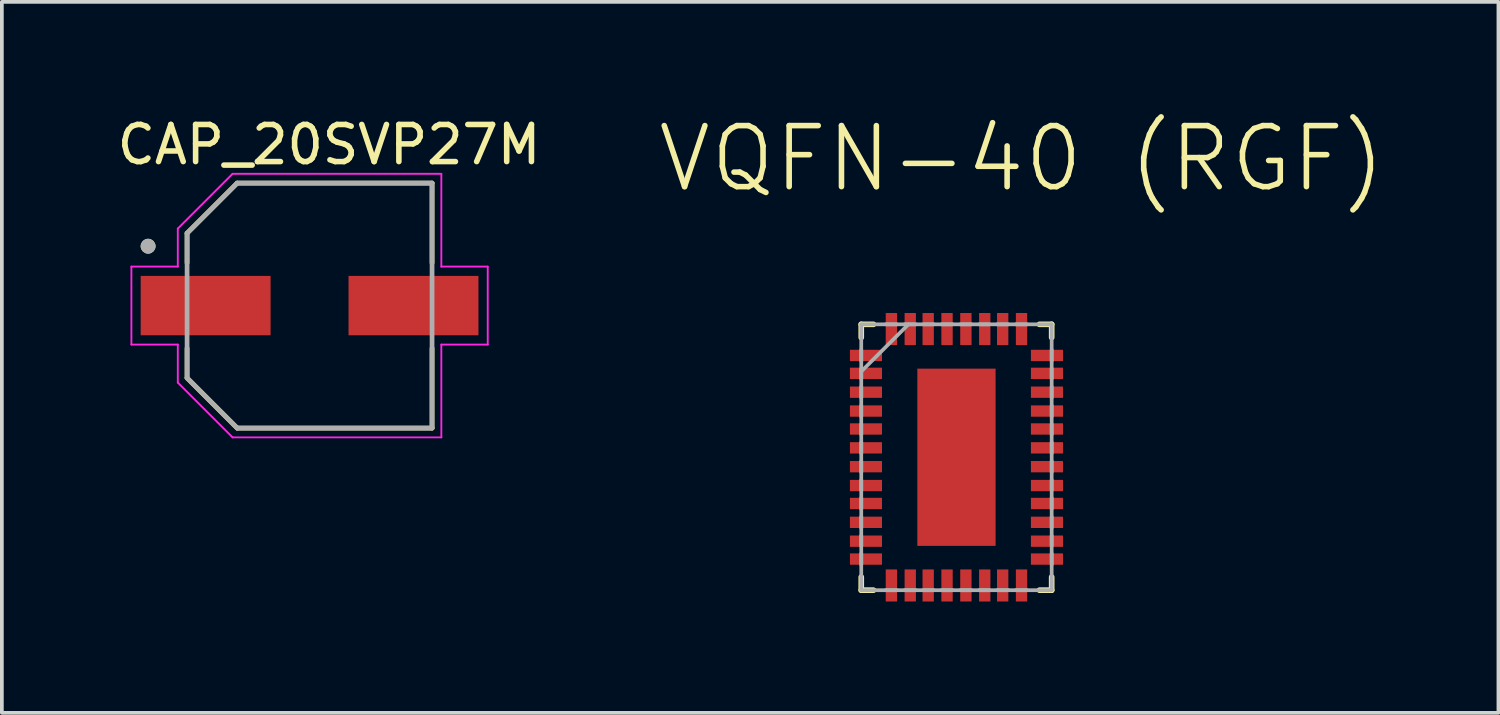
<source format=kicad_pcb>
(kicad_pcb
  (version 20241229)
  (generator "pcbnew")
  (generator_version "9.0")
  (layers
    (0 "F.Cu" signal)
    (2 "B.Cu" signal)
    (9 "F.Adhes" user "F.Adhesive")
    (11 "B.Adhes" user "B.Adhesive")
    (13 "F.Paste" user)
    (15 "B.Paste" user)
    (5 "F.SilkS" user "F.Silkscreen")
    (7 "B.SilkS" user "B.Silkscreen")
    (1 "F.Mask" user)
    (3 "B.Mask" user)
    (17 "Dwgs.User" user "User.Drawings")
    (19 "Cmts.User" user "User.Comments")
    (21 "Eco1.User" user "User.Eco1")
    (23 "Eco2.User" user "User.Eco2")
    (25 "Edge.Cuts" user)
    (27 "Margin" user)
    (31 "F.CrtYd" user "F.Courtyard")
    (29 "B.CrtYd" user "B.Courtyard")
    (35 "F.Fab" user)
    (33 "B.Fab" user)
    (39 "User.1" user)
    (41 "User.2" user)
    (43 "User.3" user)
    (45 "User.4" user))
  (footprint "CAP_20SVP27M"
    (layer "F.Cu")
    (at 5.29 5.183)
    (property "Reference" "CAP_20SVP27M" (at 0.525 -4.335 0) (layer "F.SilkS") (effects (font (size 1 1) (thickness 0.15))))
    (attr smd)
    (fp_line (start -3.3 -1.95) (end -1.95 -3.3) (stroke (width 0.127) (type solid)) (layer "F.SilkS"))
    (fp_line (start -3.3 -1.15) (end -3.3 -1.95) (stroke (width 0.127) (type solid)) (layer "F.SilkS"))
    (fp_line (start -3.3 1.15) (end -3.3 1.95) (stroke (width 0.127) (type solid)) (layer "F.SilkS"))
    (fp_line (start -3.3 1.95) (end -1.95 3.3) (stroke (width 0.127) (type solid)) (layer "F.SilkS"))
    (fp_line (start -1.95 -3.3) (end 3.3 -3.3) (stroke (width 0.127) (type solid)) (layer "F.SilkS"))
    (fp_line (start -1.95 3.3) (end 3.3 3.3) (stroke (width 0.127) (type solid)) (layer "F.SilkS"))
    (fp_line (start 3.3 -3.3) (end 3.3 -1.15) (stroke (width 0.127) (type solid)) (layer "F.SilkS"))
    (fp_line (start 3.3 3.3) (end 3.3 1.15) (stroke (width 0.127) (type solid)) (layer "F.SilkS"))
    (fp_circle (center -4.35 -1.6) (end -4.25 -1.6) (stroke (width 0.2) (type solid)) (fill no) (layer "F.SilkS"))
    (fp_line (start -4.8 -1.05) (end -3.55 -1.05) (stroke (width 0.05) (type solid)) (layer "F.CrtYd"))
    (fp_line (start -4.8 1.05) (end -4.8 -1.05) (stroke (width 0.05) (type solid)) (layer "F.CrtYd"))
    (fp_line (start -3.55 -2.075) (end -2.075 -3.55) (stroke (width 0.05) (type solid)) (layer "F.CrtYd"))
    (fp_line (start -3.55 -1.05) (end -3.55 -2.075) (stroke (width 0.05) (type solid)) (layer "F.CrtYd"))
    (fp_line (start -3.55 1.05) (end -4.8 1.05) (stroke (width 0.05) (type solid)) (layer "F.CrtYd"))
    (fp_line (start -3.55 2.075) (end -3.55 1.05) (stroke (width 0.05) (type solid)) (layer "F.CrtYd"))
    (fp_line (start -2.075 -3.55) (end 3.55 -3.55) (stroke (width 0.05) (type solid)) (layer "F.CrtYd"))
    (fp_line (start -2.075 3.55) (end -3.55 2.075) (stroke (width 0.05) (type solid)) (layer "F.CrtYd"))
    (fp_line (start 3.55 -3.55) (end 3.55 -1.05) (stroke (width 0.05) (type solid)) (layer "F.CrtYd"))
    (fp_line (start 3.55 -1.05) (end 4.8 -1.05) (stroke (width 0.05) (type solid)) (layer "F.CrtYd"))
    (fp_line (start 3.55 1.05) (end 3.55 3.55) (stroke (width 0.05) (type solid)) (layer "F.CrtYd"))
    (fp_line (start 3.55 3.55) (end -2.075 3.55) (stroke (width 0.05) (type solid)) (layer "F.CrtYd"))
    (fp_line (start 4.8 -1.05) (end 4.8 1.05) (stroke (width 0.05) (type solid)) (layer "F.CrtYd"))
    (fp_line (start 4.8 1.05) (end 3.55 1.05) (stroke (width 0.05) (type solid)) (layer "F.CrtYd"))
    (fp_line (start -3.3 -1.95) (end -1.95 -3.3) (stroke (width 0.127) (type solid)) (layer "F.Fab"))
    (fp_line (start -3.3 1.95) (end -3.3 -1.95) (stroke (width 0.127) (type solid)) (layer "F.Fab"))
    (fp_line (start -1.95 -3.3) (end 3.3 -3.3) (stroke (width 0.127) (type solid)) (layer "F.Fab"))
    (fp_line (start -1.95 3.3) (end -3.3 1.95) (stroke (width 0.127) (type solid)) (layer "F.Fab"))
    (fp_line (start 3.3 -3.3) (end 3.3 3.3) (stroke (width 0.127) (type solid)) (layer "F.Fab"))
    (fp_line (start 3.3 3.3) (end -1.95 3.3) (stroke (width 0.127) (type solid)) (layer "F.Fab"))
    (fp_circle (center -4.35 -1.6) (end -4.25 -1.6) (stroke (width 0.2) (type solid)) (fill no) (layer "F.Fab"))
    (pad "1" smd rect (at -2.8 0) (size 3.5 1.6) (layers "F.Cu" "F.Mask" "F.Paste"))
    (pad "2" smd rect (at 2.8 0) (size 3.5 1.6) (layers "F.Cu" "F.Mask" "F.Paste")))
  (footprint "VQFN-40 (RGF)"
    (layer "F.Cu")
    (at 22.718 9.269)
    (property "Reference" "VQFN-40 (RGF)" (at 1.756 -8.044 0) (layer "F.SilkS") (effects (font (size 1.644 1.644) (thickness 0.15))))
    (attr smd)
    (fp_line (start -2.565 -3.581) (end -2.565 -3.226) (stroke (width 0.152) (type solid)) (layer "F.SilkS"))
    (fp_line (start -2.565 3.226) (end -2.565 3.581) (stroke (width 0.152) (type solid)) (layer "F.SilkS"))
    (fp_line (start -2.565 3.581) (end -2.235 3.581) (stroke (width 0.152) (type solid)) (layer "F.SilkS"))
    (fp_line (start -2.235 -3.581) (end -2.565 -3.581) (stroke (width 0.152) (type solid)) (layer "F.SilkS"))
    (fp_line (start 2.235 3.581) (end 2.565 3.581) (stroke (width 0.152) (type solid)) (layer "F.SilkS"))
    (fp_line (start 2.565 -3.581) (end 2.235 -3.581) (stroke (width 0.152) (type solid)) (layer "F.SilkS"))
    (fp_line (start 2.565 -3.226) (end 2.565 -3.581) (stroke (width 0.152) (type solid)) (layer "F.SilkS"))
    (fp_line (start 2.565 3.581) (end 2.565 3.226) (stroke (width 0.152) (type solid)) (layer "F.SilkS"))
    (fp_line (start -2.565 -3.581) (end -2.565 3.581) (stroke (width 0.1) (type solid)) (layer "F.Fab"))
    (fp_line (start -2.565 -2.896) (end -2.565 -2.591) (stroke (width 0.1) (type solid)) (layer "F.Fab"))
    (fp_line (start -2.565 -2.388) (end -2.565 -2.108) (stroke (width 0.1) (type solid)) (layer "F.Fab"))
    (fp_line (start -2.565 -2.311) (end -1.295 -3.581) (stroke (width 0.1) (type solid)) (layer "F.Fab"))
    (fp_line (start -2.565 -1.905) (end -2.565 -1.6) (stroke (width 0.1) (type solid)) (layer "F.Fab"))
    (fp_line (start -2.565 -1.397) (end -2.565 -1.092) (stroke (width 0.1) (type solid)) (layer "F.Fab"))
    (fp_line (start -2.565 -0.889) (end -2.565 -0.61) (stroke (width 0.1) (type solid)) (layer "F.Fab"))
    (fp_line (start -2.565 -0.406) (end -2.565 -0.102) (stroke (width 0.1) (type solid)) (layer "F.Fab"))
    (fp_line (start -2.565 0.102) (end -2.565 0.406) (stroke (width 0.1) (type solid)) (layer "F.Fab"))
    (fp_line (start -2.565 0.61) (end -2.565 0.889) (stroke (width 0.1) (type solid)) (layer "F.Fab"))
    (fp_line (start -2.565 1.092) (end -2.565 1.397) (stroke (width 0.1) (type solid)) (layer "F.Fab"))
    (fp_line (start -2.565 1.6) (end -2.565 1.905) (stroke (width 0.1) (type solid)) (layer "F.Fab"))
    (fp_line (start -2.565 2.108) (end -2.565 2.388) (stroke (width 0.1) (type solid)) (layer "F.Fab"))
    (fp_line (start -2.565 2.591) (end -2.565 2.896) (stroke (width 0.1) (type solid)) (layer "F.Fab"))
    (fp_line (start -2.565 3.581) (end 2.565 3.581) (stroke (width 0.1) (type solid)) (layer "F.Fab"))
    (fp_line (start -1.905 3.581) (end -1.6 3.581) (stroke (width 0.1) (type solid)) (layer "F.Fab"))
    (fp_line (start -1.6 -3.581) (end -1.905 -3.581) (stroke (width 0.1) (type solid)) (layer "F.Fab"))
    (fp_line (start -1.397 3.581) (end -1.092 3.581) (stroke (width 0.1) (type solid)) (layer "F.Fab"))
    (fp_line (start -1.092 -3.581) (end -1.397 -3.581) (stroke (width 0.1) (type solid)) (layer "F.Fab"))
    (fp_line (start -0.889 3.581) (end -0.61 3.581) (stroke (width 0.1) (type solid)) (layer "F.Fab"))
    (fp_line (start -0.61 -3.581) (end -0.889 -3.581) (stroke (width 0.1) (type solid)) (layer "F.Fab"))
    (fp_line (start -0.406 3.581) (end -0.102 3.581) (stroke (width 0.1) (type solid)) (layer "F.Fab"))
    (fp_line (start -0.102 -3.581) (end -0.406 -3.581) (stroke (width 0.1) (type solid)) (layer "F.Fab"))
    (fp_line (start 0.102 3.581) (end 0.406 3.581) (stroke (width 0.1) (type solid)) (layer "F.Fab"))
    (fp_line (start 0.406 -3.581) (end 0.102 -3.581) (stroke (width 0.1) (type solid)) (layer "F.Fab"))
    (fp_line (start 0.61 3.581) (end 0.889 3.581) (stroke (width 0.1) (type solid)) (layer "F.Fab"))
    (fp_line (start 0.889 -3.581) (end 0.61 -3.581) (stroke (width 0.1) (type solid)) (layer "F.Fab"))
    (fp_line (start 1.092 3.581) (end 1.397 3.581) (stroke (width 0.1) (type solid)) (layer "F.Fab"))
    (fp_line (start 1.397 -3.581) (end 1.092 -3.581) (stroke (width 0.1) (type solid)) (layer "F.Fab"))
    (fp_line (start 1.6 3.581) (end 1.905 3.581) (stroke (width 0.1) (type solid)) (layer "F.Fab"))
    (fp_line (start 1.905 -3.581) (end 1.6 -3.581) (stroke (width 0.1) (type solid)) (layer "F.Fab"))
    (fp_line (start 2.565 -3.581) (end -2.565 -3.581) (stroke (width 0.1) (type solid)) (layer "F.Fab"))
    (fp_line (start 2.565 -2.591) (end 2.565 -2.896) (stroke (width 0.1) (type solid)) (layer "F.Fab"))
    (fp_line (start 2.565 -2.108) (end 2.565 -2.388) (stroke (width 0.1) (type solid)) (layer "F.Fab"))
    (fp_line (start 2.565 -1.6) (end 2.565 -1.905) (stroke (width 0.1) (type solid)) (layer "F.Fab"))
    (fp_line (start 2.565 -1.092) (end 2.565 -1.397) (stroke (width 0.1) (type solid)) (layer "F.Fab"))
    (fp_line (start 2.565 -0.61) (end 2.565 -0.889) (stroke (width 0.1) (type solid)) (layer "F.Fab"))
    (fp_line (start 2.565 -0.102) (end 2.565 -0.406) (stroke (width 0.1) (type solid)) (layer "F.Fab"))
    (fp_line (start 2.565 0.406) (end 2.565 0.102) (stroke (width 0.1) (type solid)) (layer "F.Fab"))
    (fp_line (start 2.565 0.889) (end 2.565 0.61) (stroke (width 0.1) (type solid)) (layer "F.Fab"))
    (fp_line (start 2.565 1.397) (end 2.565 1.092) (stroke (width 0.1) (type solid)) (layer "F.Fab"))
    (fp_line (start 2.565 1.905) (end 2.565 1.6) (stroke (width 0.1) (type solid)) (layer "F.Fab"))
    (fp_line (start 2.565 2.388) (end 2.565 2.108) (stroke (width 0.1) (type solid)) (layer "F.Fab"))
    (fp_line (start 2.565 2.896) (end 2.565 2.591) (stroke (width 0.1) (type solid)) (layer "F.Fab"))
    (fp_line (start 2.565 3.581) (end 2.565 -3.581) (stroke (width 0.1) (type solid)) (layer "F.Fab"))
    (pad "1" smd rect (at -2.438 -2.743) (size 0.864 0.305) (layers "F.Cu" "F.Mask" "F.Paste"))
    (pad "2" smd rect (at -2.438 -2.261) (size 0.864 0.305) (layers "F.Cu" "F.Mask" "F.Paste"))
    (pad "3" smd rect (at -2.438 -1.753) (size 0.864 0.305) (layers "F.Cu" "F.Mask" "F.Paste"))
    (pad "4" smd rect (at -2.438 -1.245) (size 0.864 0.305) (layers "F.Cu" "F.Mask" "F.Paste"))
    (pad "5" smd rect (at -2.438 -0.762) (size 0.864 0.305) (layers "F.Cu" "F.Mask" "F.Paste"))
    (pad "6" smd rect (at -2.438 -0.254) (size 0.864 0.305) (layers "F.Cu" "F.Mask" "F.Paste"))
    (pad "7" smd rect (at -2.438 0.254) (size 0.864 0.305) (layers "F.Cu" "F.Mask" "F.Paste"))
    (pad "8" smd rect (at -2.438 0.762) (size 0.864 0.305) (layers "F.Cu" "F.Mask" "F.Paste"))
    (pad "9" smd rect (at -2.438 1.245) (size 0.864 0.305) (layers "F.Cu" "F.Mask" "F.Paste"))
    (pad "10" smd rect (at -2.438 1.753) (size 0.864 0.305) (layers "F.Cu" "F.Mask" "F.Paste"))
    (pad "11" smd rect (at -2.438 2.261) (size 0.864 0.305) (layers "F.Cu" "F.Mask" "F.Paste"))
    (pad "12" smd rect (at -2.438 2.743) (size 0.864 0.305) (layers "F.Cu" "F.Mask" "F.Paste"))
    (pad "13" smd rect (at -1.753 3.454) (size 0.305 0.864) (layers "F.Cu" "F.Mask" "F.Paste"))
    (pad "14" smd rect (at -1.245 3.454) (size 0.305 0.864) (layers "F.Cu" "F.Mask" "F.Paste"))
    (pad "15" smd rect (at -0.762 3.454) (size 0.305 0.864) (layers "F.Cu" "F.Mask" "F.Paste"))
    (pad "16" smd rect (at -0.254 3.454) (size 0.305 0.864) (layers "F.Cu" "F.Mask" "F.Paste"))
    (pad "17" smd rect (at 0.254 3.454) (size 0.305 0.864) (layers "F.Cu" "F.Mask" "F.Paste"))
    (pad "18" smd rect (at 0.762 3.454) (size 0.305 0.864) (layers "F.Cu" "F.Mask" "F.Paste"))
    (pad "19" smd rect (at 1.245 3.454) (size 0.305 0.864) (layers "F.Cu" "F.Mask" "F.Paste"))
    (pad "20" smd rect (at 1.753 3.454) (size 0.305 0.864) (layers "F.Cu" "F.Mask" "F.Paste"))
    (pad "21" smd rect (at 2.438 2.743) (size 0.864 0.305) (layers "F.Cu" "F.Mask" "F.Paste"))
    (pad "22" smd rect (at 2.438 2.261) (size 0.864 0.305) (layers "F.Cu" "F.Mask" "F.Paste"))
    (pad "23" smd rect (at 2.438 1.753) (size 0.864 0.305) (layers "F.Cu" "F.Mask" "F.Paste"))
    (pad "24" smd rect (at 2.438 1.245) (size 0.864 0.305) (layers "F.Cu" "F.Mask" "F.Paste"))
    (pad "25" smd rect (at 2.438 0.762) (size 0.864 0.305) (layers "F.Cu" "F.Mask" "F.Paste"))
    (pad "26" smd rect (at 2.438 0.254) (size 0.864 0.305) (layers "F.Cu" "F.Mask" "F.Paste"))
    (pad "27" smd rect (at 2.438 -0.254) (size 0.864 0.305) (layers "F.Cu" "F.Mask" "F.Paste"))
    (pad "28" smd rect (at 2.438 -0.762) (size 0.864 0.305) (layers "F.Cu" "F.Mask" "F.Paste"))
    (pad "29" smd rect (at 2.438 -1.245) (size 0.864 0.305) (layers "F.Cu" "F.Mask" "F.Paste"))
    (pad "30" smd rect (at 2.438 -1.753) (size 0.864 0.305) (layers "F.Cu" "F.Mask" "F.Paste"))
    (pad "31" smd rect (at 2.438 -2.261) (size 0.864 0.305) (layers "F.Cu" "F.Mask" "F.Paste"))
    (pad "32" smd rect (at 2.438 -2.743) (size 0.864 0.305) (layers "F.Cu" "F.Mask" "F.Paste"))
    (pad "33" smd rect (at 1.753 -3.454) (size 0.305 0.864) (layers "F.Cu" "F.Mask" "F.Paste"))
    (pad "34" smd rect (at 1.245 -3.454) (size 0.305 0.864) (layers "F.Cu" "F.Mask" "F.Paste"))
    (pad "35" smd rect (at 0.762 -3.454) (size 0.305 0.864) (layers "F.Cu" "F.Mask" "F.Paste"))
    (pad "36" smd rect (at 0.254 -3.454) (size 0.305 0.864) (layers "F.Cu" "F.Mask" "F.Paste"))
    (pad "37" smd rect (at -0.254 -3.454) (size 0.305 0.864) (layers "F.Cu" "F.Mask" "F.Paste"))
    (pad "38" smd rect (at -0.762 -3.454) (size 0.305 0.864) (layers "F.Cu" "F.Mask" "F.Paste"))
    (pad "39" smd rect (at -1.245 -3.454) (size 0.305 0.864) (layers "F.Cu" "F.Mask" "F.Paste"))
    (pad "40" smd rect (at -1.753 -3.454) (size 0.305 0.864) (layers "F.Cu" "F.Mask" "F.Paste"))
    (pad "41" smd rect (at 0 0) (size 2.108 4.775) (layers "F.Cu" "F.Mask" "F.Paste")))
  (gr_rect
    (start -3 -3)
    (end 37.319 16.155)
    (stroke (width 0.1) (type default))
    (fill no)
    (layer "Edge.Cuts")))
</source>
